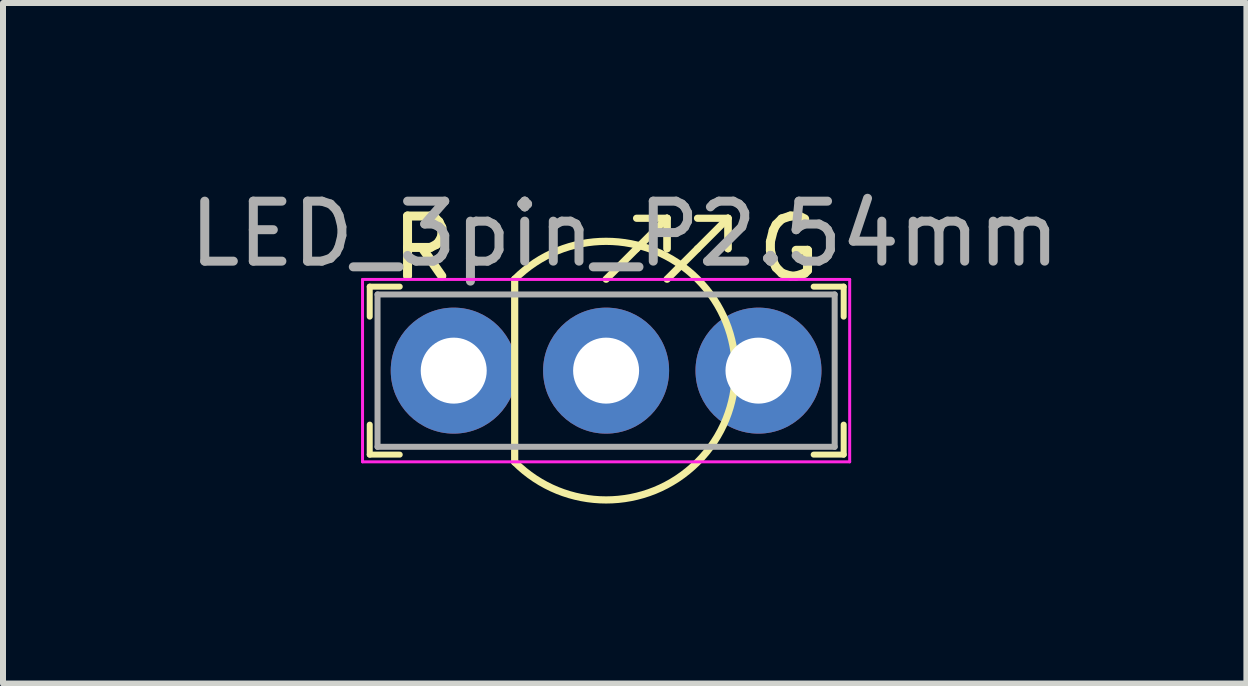
<source format=kicad_pcb>
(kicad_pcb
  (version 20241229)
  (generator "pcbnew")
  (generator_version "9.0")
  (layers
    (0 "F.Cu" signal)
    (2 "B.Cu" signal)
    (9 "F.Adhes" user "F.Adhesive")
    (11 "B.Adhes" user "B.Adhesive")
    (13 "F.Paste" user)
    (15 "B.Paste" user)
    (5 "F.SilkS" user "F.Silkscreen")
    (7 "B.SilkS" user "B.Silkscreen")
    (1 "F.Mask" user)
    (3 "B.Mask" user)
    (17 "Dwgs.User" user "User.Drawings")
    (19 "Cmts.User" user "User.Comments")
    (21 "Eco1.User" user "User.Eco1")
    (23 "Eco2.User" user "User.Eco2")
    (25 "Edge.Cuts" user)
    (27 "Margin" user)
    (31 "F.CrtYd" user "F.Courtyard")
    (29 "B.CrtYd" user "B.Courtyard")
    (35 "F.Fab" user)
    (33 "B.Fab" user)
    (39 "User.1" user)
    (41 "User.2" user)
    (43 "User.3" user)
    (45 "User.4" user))
  (footprint "LED_3pin_P2.54mm"
    (layer "F.Cu")
    (at 4.513 3.128)
    (property "Reference" "LED_3pin_P2.54mm" (at 2.85 -2.28 0) (layer "F.Fab") (effects (font (size 1 1) (thickness 0.15))))
    (attr through_hole)
    (fp_line (start -1.4 -1.4) (end -1.4 -0.9) (stroke (width 0.1) (type solid)) (layer "F.SilkS"))
    (fp_line (start -1.4 -1.4) (end -0.9 -1.4) (stroke (width 0.1) (type solid)) (layer "F.SilkS"))
    (fp_line (start -1.4 1.4) (end -1.4 0.9) (stroke (width 0.1) (type solid)) (layer "F.SilkS"))
    (fp_line (start -1.4 1.4) (end -0.9 1.4) (stroke (width 0.1) (type solid)) (layer "F.SilkS"))
    (fp_line (start 1.016 -1.524) (end 1.016 1.524) (stroke (width 0.12) (type solid)) (layer "F.SilkS"))
    (fp_line (start 3.048 -2.032) (end 2.54 -1.524) (stroke (width 0.12) (type solid)) (layer "F.SilkS"))
    (fp_line (start 3.048 -2.032) (end 3.556 -2.54) (stroke (width 0.12) (type solid)) (layer "F.SilkS"))
    (fp_line (start 3.556 -2.54) (end 3.048 -2.54) (stroke (width 0.12) (type solid)) (layer "F.SilkS"))
    (fp_line (start 3.556 -2.54) (end 3.556 -2.032) (stroke (width 0.12) (type solid)) (layer "F.SilkS"))
    (fp_line (start 3.556 -2.032) (end 3.556 -2.54) (stroke (width 0.12) (type solid)) (layer "F.SilkS"))
    (fp_line (start 4.064 -2.032) (end 3.556 -1.524) (stroke (width 0.12) (type solid)) (layer "F.SilkS"))
    (fp_line (start 4.064 -2.032) (end 4.572 -2.54) (stroke (width 0.12) (type solid)) (layer "F.SilkS"))
    (fp_line (start 4.572 -2.54) (end 4.064 -2.54) (stroke (width 0.12) (type solid)) (layer "F.SilkS"))
    (fp_line (start 4.572 -2.54) (end 4.572 -2.032) (stroke (width 0.12) (type solid)) (layer "F.SilkS"))
    (fp_line (start 4.572 -2.032) (end 4.572 -2.54) (stroke (width 0.12) (type solid)) (layer "F.SilkS"))
    (fp_line (start 6.5 -1.4) (end 6 -1.4) (stroke (width 0.1) (type solid)) (layer "F.SilkS"))
    (fp_line (start 6.5 -1.4) (end 6.5 -0.9) (stroke (width 0.1) (type solid)) (layer "F.SilkS"))
    (fp_line (start 6.5 1.4) (end 6 1.4) (stroke (width 0.1) (type solid)) (layer "F.SilkS"))
    (fp_line (start 6.5 1.4) (end 6.5 0.9) (stroke (width 0.1) (type solid)) (layer "F.SilkS"))
    (fp_arc (start 1.016 -1.524) (mid 4.695261 0) (end 1.016 1.524) (stroke (width 0.12) (type solid)) (layer "F.SilkS"))
    (fp_line (start -1.52 -1.52) (end -1.52 1.52) (stroke (width 0.05) (type solid)) (layer "F.CrtYd"))
    (fp_line (start -1.52 -1.52) (end 6.6 -1.52) (stroke (width 0.05) (type solid)) (layer "F.CrtYd"))
    (fp_line (start -1.52 1.52) (end 6.6 1.52) (stroke (width 0.05) (type solid)) (layer "F.CrtYd"))
    (fp_line (start 6.6 -1.52) (end 6.6 1.52) (stroke (width 0.05) (type solid)) (layer "F.CrtYd"))
    (fp_line (start -1.27 -1.27) (end -1.27 1.27) (stroke (width 0.1) (type solid)) (layer "F.Fab"))
    (fp_line (start -1.27 -1.27) (end 6.35 -1.27) (stroke (width 0.1) (type solid)) (layer "F.Fab"))
    (fp_line (start -1.27 1.27) (end 6.35 1.27) (stroke (width 0.1) (type solid)) (layer "F.Fab"))
    (fp_line (start 6.35 -1.27) (end 6.35 1.27) (stroke (width 0.1) (type solid)) (layer "F.Fab"))
    (fp_text user "R" (at -0.508 -2.032 0) (unlocked yes) (layer "F.SilkS") (effects (font (size 1 1) (thickness 0.15))))
    (fp_text user "G" (at 5.588 -2.032 0) (unlocked yes) (layer "F.SilkS") (effects (font (size 1 1) (thickness 0.15))))
    (pad "1" thru_hole circle (at 0 0) (size 2.1 2.1) (drill 1.1) (layers "*.Cu" "*.Mask"))
    (pad "2" thru_hole circle (at 2.54 0) (size 2.1 2.1) (drill 1.1) (layers "*.Cu" "*.Mask"))
    (pad "3" thru_hole circle (at 5.08 0) (size 2.1 2.1) (drill 1.1) (layers "*.Cu" "*.Mask")))
  (gr_rect
    (start -3 -3)
    (end 17.726 8.344)
    (stroke (width 0.1) (type default))
    (fill no)
    (layer "Edge.Cuts")))
</source>
